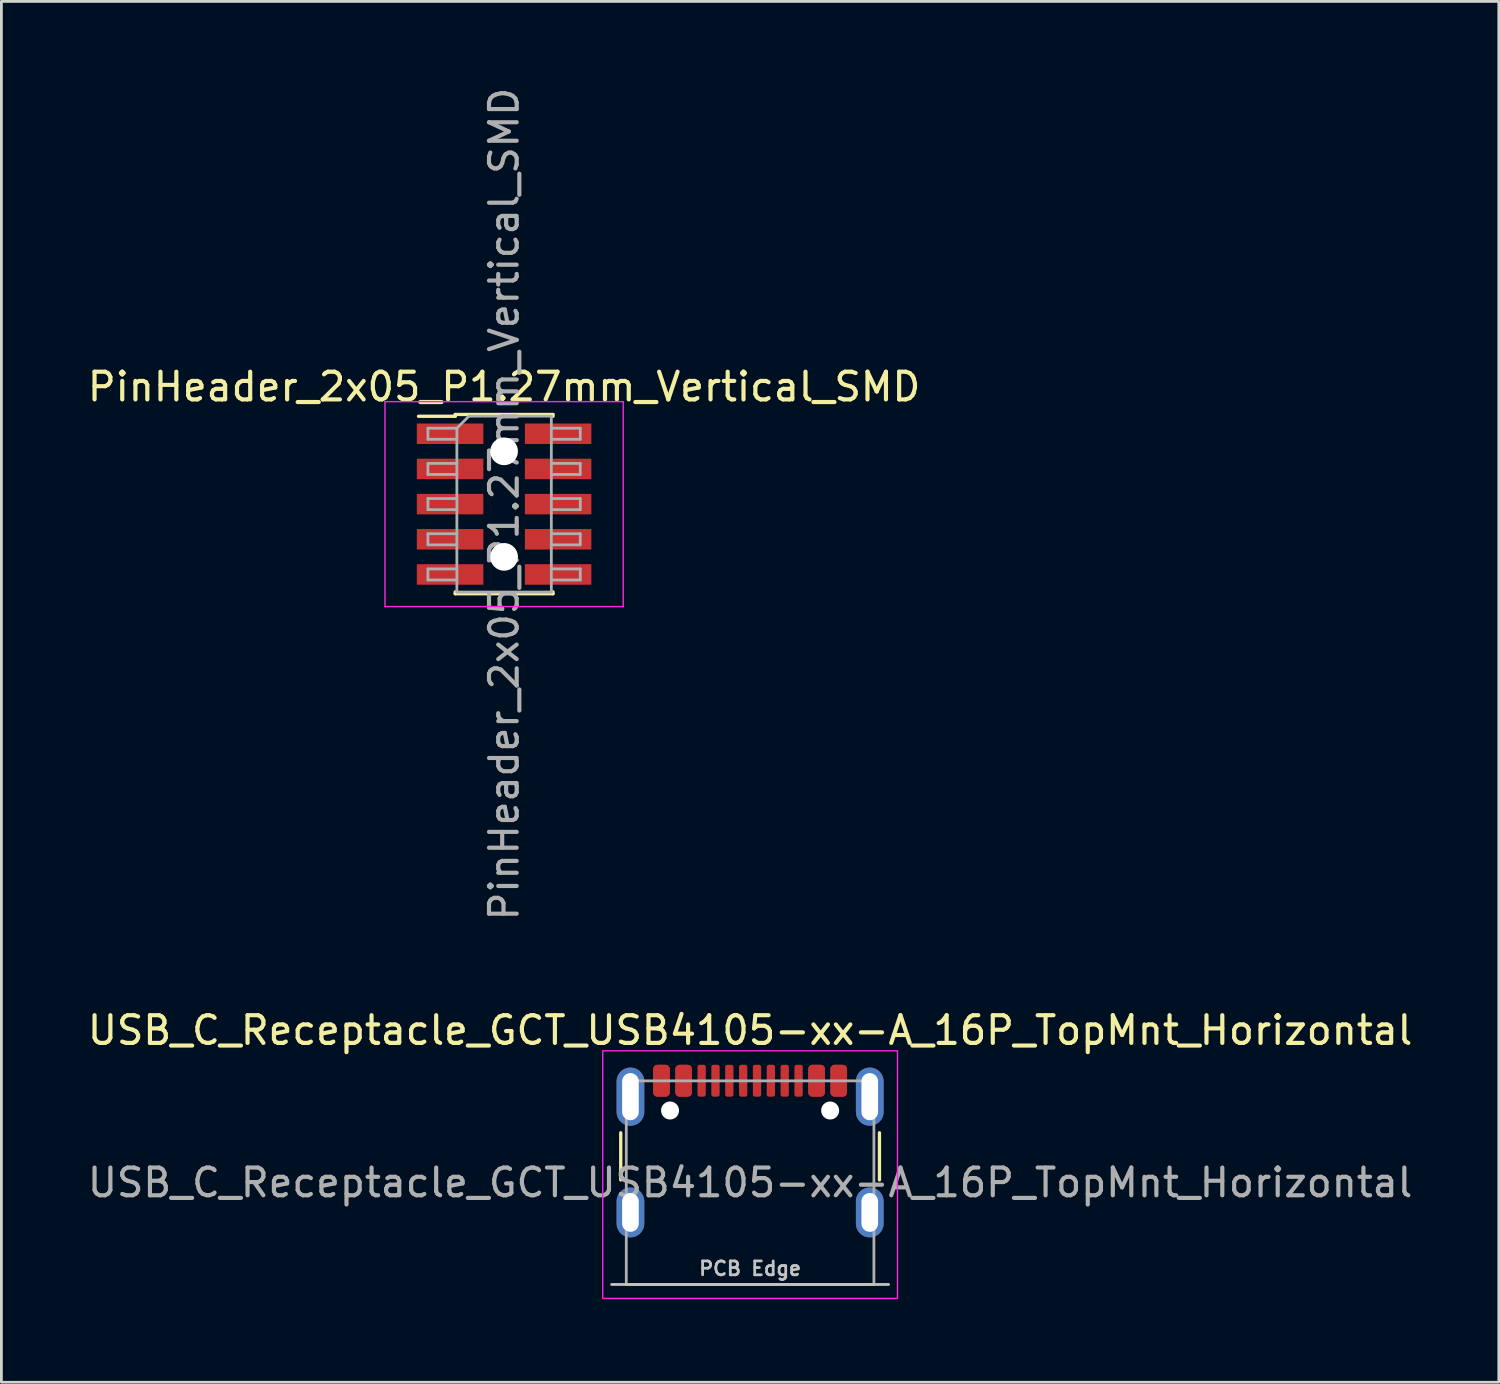
<source format=kicad_pcb>
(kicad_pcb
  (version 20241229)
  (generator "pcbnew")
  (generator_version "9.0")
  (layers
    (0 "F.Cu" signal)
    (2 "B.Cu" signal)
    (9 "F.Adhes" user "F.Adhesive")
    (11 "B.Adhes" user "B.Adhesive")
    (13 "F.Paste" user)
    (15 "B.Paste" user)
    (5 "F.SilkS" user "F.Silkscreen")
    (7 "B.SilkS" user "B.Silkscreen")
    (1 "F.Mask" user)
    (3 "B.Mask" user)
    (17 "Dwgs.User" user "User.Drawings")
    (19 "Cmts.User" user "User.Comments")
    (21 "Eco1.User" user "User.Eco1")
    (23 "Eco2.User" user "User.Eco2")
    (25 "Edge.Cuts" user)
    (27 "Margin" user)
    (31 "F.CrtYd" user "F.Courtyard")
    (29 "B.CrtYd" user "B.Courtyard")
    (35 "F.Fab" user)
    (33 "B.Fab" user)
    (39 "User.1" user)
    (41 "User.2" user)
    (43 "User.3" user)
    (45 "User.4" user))
  (footprint "PinHeader_2x05_P1.27mm_Vertical_SMD"
    (layer "F.Cu")
    (at 15.149 15.149)
    (property "Reference" "PinHeader_2x05_P1.27mm_Vertical_SMD" (at 0 -4.235 180) (layer "F.SilkS") (effects (font (size 1 1) (thickness 0.15))))
    (attr smd)
    (fp_line (start -3.09 -3.17) (end -1.765 -3.17) (stroke (width 0.12) (type solid)) (layer "F.SilkS"))
    (fp_line (start -1.765 -3.235) (end -1.765 -3.17) (stroke (width 0.12) (type solid)) (layer "F.SilkS"))
    (fp_line (start -1.765 -3.235) (end 1.765 -3.235) (stroke (width 0.12) (type solid)) (layer "F.SilkS"))
    (fp_line (start -1.765 3.17) (end -1.765 3.235) (stroke (width 0.12) (type solid)) (layer "F.SilkS"))
    (fp_line (start -1.765 3.235) (end 1.765 3.235) (stroke (width 0.12) (type solid)) (layer "F.SilkS"))
    (fp_line (start 1.765 -3.235) (end 1.765 -3.17) (stroke (width 0.12) (type solid)) (layer "F.SilkS"))
    (fp_line (start 1.765 3.17) (end 1.765 3.235) (stroke (width 0.12) (type solid)) (layer "F.SilkS"))
    (fp_line (start -4.3 -3.7) (end -4.3 3.7) (stroke (width 0.05) (type solid)) (layer "F.CrtYd"))
    (fp_line (start -4.3 3.7) (end 4.3 3.7) (stroke (width 0.05) (type solid)) (layer "F.CrtYd"))
    (fp_line (start 4.3 -3.7) (end -4.3 -3.7) (stroke (width 0.05) (type solid)) (layer "F.CrtYd"))
    (fp_line (start 4.3 3.7) (end 4.3 -3.7) (stroke (width 0.05) (type solid)) (layer "F.CrtYd"))
    (fp_line (start -2.75 -2.74) (end -2.75 -2.34) (stroke (width 0.1) (type solid)) (layer "F.Fab"))
    (fp_line (start -2.75 -2.34) (end -1.705 -2.34) (stroke (width 0.1) (type solid)) (layer "F.Fab"))
    (fp_line (start -2.75 -1.47) (end -2.75 -1.07) (stroke (width 0.1) (type solid)) (layer "F.Fab"))
    (fp_line (start -2.75 -1.07) (end -1.705 -1.07) (stroke (width 0.1) (type solid)) (layer "F.Fab"))
    (fp_line (start -2.75 -0.2) (end -2.75 0.2) (stroke (width 0.1) (type solid)) (layer "F.Fab"))
    (fp_line (start -2.75 0.2) (end -1.705 0.2) (stroke (width 0.1) (type solid)) (layer "F.Fab"))
    (fp_line (start -2.75 1.07) (end -2.75 1.47) (stroke (width 0.1) (type solid)) (layer "F.Fab"))
    (fp_line (start -2.75 1.47) (end -1.705 1.47) (stroke (width 0.1) (type solid)) (layer "F.Fab"))
    (fp_line (start -2.75 2.34) (end -2.75 2.74) (stroke (width 0.1) (type solid)) (layer "F.Fab"))
    (fp_line (start -2.75 2.74) (end -1.705 2.74) (stroke (width 0.1) (type solid)) (layer "F.Fab"))
    (fp_line (start -1.705 -2.74) (end -2.75 -2.74) (stroke (width 0.1) (type solid)) (layer "F.Fab"))
    (fp_line (start -1.705 -2.74) (end -1.27 -3.175) (stroke (width 0.1) (type solid)) (layer "F.Fab"))
    (fp_line (start -1.705 -1.47) (end -2.75 -1.47) (stroke (width 0.1) (type solid)) (layer "F.Fab"))
    (fp_line (start -1.705 -0.2) (end -2.75 -0.2) (stroke (width 0.1) (type solid)) (layer "F.Fab"))
    (fp_line (start -1.705 1.07) (end -2.75 1.07) (stroke (width 0.1) (type solid)) (layer "F.Fab"))
    (fp_line (start -1.705 2.34) (end -2.75 2.34) (stroke (width 0.1) (type solid)) (layer "F.Fab"))
    (fp_line (start -1.705 3.175) (end -1.705 -2.74) (stroke (width 0.1) (type solid)) (layer "F.Fab"))
    (fp_line (start -1.27 -3.175) (end 1.705 -3.175) (stroke (width 0.1) (type solid)) (layer "F.Fab"))
    (fp_line (start 1.705 -3.175) (end 1.705 3.175) (stroke (width 0.1) (type solid)) (layer "F.Fab"))
    (fp_line (start 1.705 -2.74) (end 2.75 -2.74) (stroke (width 0.1) (type solid)) (layer "F.Fab"))
    (fp_line (start 1.705 -1.47) (end 2.75 -1.47) (stroke (width 0.1) (type solid)) (layer "F.Fab"))
    (fp_line (start 1.705 -0.2) (end 2.75 -0.2) (stroke (width 0.1) (type solid)) (layer "F.Fab"))
    (fp_line (start 1.705 1.07) (end 2.75 1.07) (stroke (width 0.1) (type solid)) (layer "F.Fab"))
    (fp_line (start 1.705 2.34) (end 2.75 2.34) (stroke (width 0.1) (type solid)) (layer "F.Fab"))
    (fp_line (start 1.705 3.175) (end -1.705 3.175) (stroke (width 0.1) (type solid)) (layer "F.Fab"))
    (fp_line (start 2.75 -2.74) (end 2.75 -2.34) (stroke (width 0.1) (type solid)) (layer "F.Fab"))
    (fp_line (start 2.75 -2.34) (end 1.705 -2.34) (stroke (width 0.1) (type solid)) (layer "F.Fab"))
    (fp_line (start 2.75 -1.47) (end 2.75 -1.07) (stroke (width 0.1) (type solid)) (layer "F.Fab"))
    (fp_line (start 2.75 -1.07) (end 1.705 -1.07) (stroke (width 0.1) (type solid)) (layer "F.Fab"))
    (fp_line (start 2.75 -0.2) (end 2.75 0.2) (stroke (width 0.1) (type solid)) (layer "F.Fab"))
    (fp_line (start 2.75 0.2) (end 1.705 0.2) (stroke (width 0.1) (type solid)) (layer "F.Fab"))
    (fp_line (start 2.75 1.07) (end 2.75 1.47) (stroke (width 0.1) (type solid)) (layer "F.Fab"))
    (fp_line (start 2.75 1.47) (end 1.705 1.47) (stroke (width 0.1) (type solid)) (layer "F.Fab"))
    (fp_line (start 2.75 2.34) (end 2.75 2.74) (stroke (width 0.1) (type solid)) (layer "F.Fab"))
    (fp_line (start 2.75 2.74) (end 1.705 2.74) (stroke (width 0.1) (type solid)) (layer "F.Fab"))
    (fp_text user "${REFERENCE}" (at 0 0 270) (layer "F.Fab") (effects (font (size 1 1) (thickness 0.15))))
    (pad "" np_thru_hole circle (at 0 -1.905) (size 1 1) (drill 1) (layers "*.Cu" "*.Mask"))
    (pad "" np_thru_hole circle (at 0 1.905) (size 1 1) (drill 1) (layers "*.Cu" "*.Mask"))
    (pad "1" smd rect (at -1.95 -2.54) (size 2.4 0.74) (layers "F.Cu" "F.Mask" "F.Paste"))
    (pad "2" smd rect (at 1.95 -2.54) (size 2.4 0.74) (layers "F.Cu" "F.Mask" "F.Paste"))
    (pad "3" smd rect (at -1.95 -1.27) (size 2.4 0.74) (layers "F.Cu" "F.Mask" "F.Paste"))
    (pad "4" smd rect (at 1.95 -1.27) (size 2.4 0.74) (layers "F.Cu" "F.Mask" "F.Paste"))
    (pad "5" smd rect (at -1.95 0) (size 2.4 0.74) (layers "F.Cu" "F.Mask" "F.Paste"))
    (pad "6" smd rect (at 1.95 0) (size 2.4 0.74) (layers "F.Cu" "F.Mask" "F.Paste"))
    (pad "7" smd rect (at -1.95 1.27) (size 2.4 0.74) (layers "F.Cu" "F.Mask" "F.Paste"))
    (pad "8" smd rect (at 1.95 1.27) (size 2.4 0.74) (layers "F.Cu" "F.Mask" "F.Paste"))
    (pad "9" smd rect (at -1.95 2.54) (size 2.4 0.74) (layers "F.Cu" "F.Mask" "F.Paste"))
    (pad "10" smd rect (at 1.95 2.54) (size 2.4 0.74) (layers "F.Cu" "F.Mask" "F.Paste")))
  (footprint "USB_C_Receptacle_GCT_USB4105-xx-A_16P_TopMnt_Horizontal"
    (layer "F.Cu")
    (at 24.03 39.646)
    (property "Reference" "USB_C_Receptacle_GCT_USB4105-xx-A_16P_TopMnt_Horizontal" (at 0 -5.5 0) (unlocked yes) (layer "F.SilkS") (effects (font (size 1 1) (thickness 0.15))))
    (attr smd)
    (fp_line (start -4.67 -0.1) (end -4.67 -1.8) (stroke (width 0.12) (type solid)) (layer "F.SilkS"))
    (fp_line (start 4.67 -0.1) (end 4.67 -1.8) (stroke (width 0.12) (type solid)) (layer "F.SilkS"))
    (fp_line (start 5 3.675) (end -5 3.675) (stroke (width 0.1) (type solid)) (layer "Dwgs.User"))
    (fp_rect (start -5.32 -4.76) (end 5.32 4.18) (stroke (width 0.05) (type solid)) (fill no) (layer "F.CrtYd"))
    (fp_rect (start -4.47 -3.675) (end 4.47 3.675) (stroke (width 0.1) (type solid)) (fill no) (layer "F.Fab"))
    (fp_text user "PCB Edge" (at 0 3.1 0) (unlocked yes) (layer "Dwgs.User") (effects (font (size 0.5 0.5) (thickness 0.1))))
    (fp_text user "${REFERENCE}" (at 0 0 0) (unlocked yes) (layer "F.Fab") (effects (font (size 1 1) (thickness 0.15))))
    (pad "" np_thru_hole circle (at -2.89 -2.605) (size 0.65 0.65) (drill 0.65) (layers "*.Cu" "*.Mask"))
    (pad "" np_thru_hole circle (at 2.89 -2.605) (size 0.65 0.65) (drill 0.65) (layers "*.Cu" "*.Mask"))
    (pad "A1" smd roundrect (at -3.2 -3.68) (size 0.6 1.15) (layers "F.Cu" "F.Mask" "F.Paste") (roundrect_rratio 0.25))
    (pad "A4" smd roundrect (at -2.4 -3.68) (size 0.6 1.15) (layers "F.Cu" "F.Mask" "F.Paste") (roundrect_rratio 0.25))
    (pad "A5" smd roundrect (at -1.25 -3.68) (size 0.3 1.15) (layers "F.Cu" "F.Mask" "F.Paste") (roundrect_rratio 0.25))
    (pad "A6" smd roundrect (at -0.25 -3.68) (size 0.3 1.15) (layers "F.Cu" "F.Mask" "F.Paste") (roundrect_rratio 0.25))
    (pad "A7" smd roundrect (at 0.25 -3.68) (size 0.3 1.15) (layers "F.Cu" "F.Mask" "F.Paste") (roundrect_rratio 0.25))
    (pad "A8" smd roundrect (at 1.25 -3.68) (size 0.3 1.15) (layers "F.Cu" "F.Mask" "F.Paste") (roundrect_rratio 0.25))
    (pad "A9" smd roundrect (at 2.4 -3.68) (size 0.6 1.15) (layers "F.Cu" "F.Mask" "F.Paste") (roundrect_rratio 0.25))
    (pad "A12" smd roundrect (at 3.2 -3.68) (size 0.6 1.15) (layers "F.Cu" "F.Mask" "F.Paste") (roundrect_rratio 0.25))
    (pad "B1" smd roundrect (at 3.2 -3.68) (size 0.6 1.15) (layers "F.Cu" "F.Mask" "F.Paste") (roundrect_rratio 0.25))
    (pad "B4" smd roundrect (at 2.4 -3.68) (size 0.6 1.15) (layers "F.Cu" "F.Mask" "F.Paste") (roundrect_rratio 0.25))
    (pad "B5" smd roundrect (at 1.75 -3.68) (size 0.3 1.15) (layers "F.Cu" "F.Mask" "F.Paste") (roundrect_rratio 0.25))
    (pad "B6" smd roundrect (at 0.75 -3.68) (size 0.3 1.15) (layers "F.Cu" "F.Mask" "F.Paste") (roundrect_rratio 0.25))
    (pad "B7" smd roundrect (at -0.75 -3.68) (size 0.3 1.15) (layers "F.Cu" "F.Mask" "F.Paste") (roundrect_rratio 0.25))
    (pad "B8" smd roundrect (at -1.75 -3.68) (size 0.3 1.15) (layers "F.Cu" "F.Mask" "F.Paste") (roundrect_rratio 0.25))
    (pad "B9" smd roundrect (at -2.4 -3.68) (size 0.6 1.15) (layers "F.Cu" "F.Mask" "F.Paste") (roundrect_rratio 0.25))
    (pad "B12" smd roundrect (at -3.2 -3.68) (size 0.6 1.15) (layers "F.Cu" "F.Mask" "F.Paste") (roundrect_rratio 0.25))
    (pad "S1" thru_hole oval (at -4.32 -3.105) (size 1 2.1) (drill oval 0.6 1.7) (layers "*.Cu" "*.Mask" "F.Paste"))
    (pad "S1" thru_hole oval (at -4.32 1.075) (size 1 1.8) (drill oval 0.6 1.4) (layers "*.Cu" "*.Mask" "F.Paste"))
    (pad "S1" thru_hole oval (at 4.32 -3.105) (size 1 2.1) (drill oval 0.6 1.7) (layers "*.Cu" "*.Mask" "F.Paste"))
    (pad "S1" thru_hole oval (at 4.32 1.075) (size 1 1.8) (drill oval 0.6 1.4) (layers "*.Cu" "*.Mask" "F.Paste")))
  (gr_rect
    (start -3 -3)
    (end 51.06 46.851)
    (stroke (width 0.1) (type default))
    (fill no)
    (layer "Edge.Cuts")))
</source>
